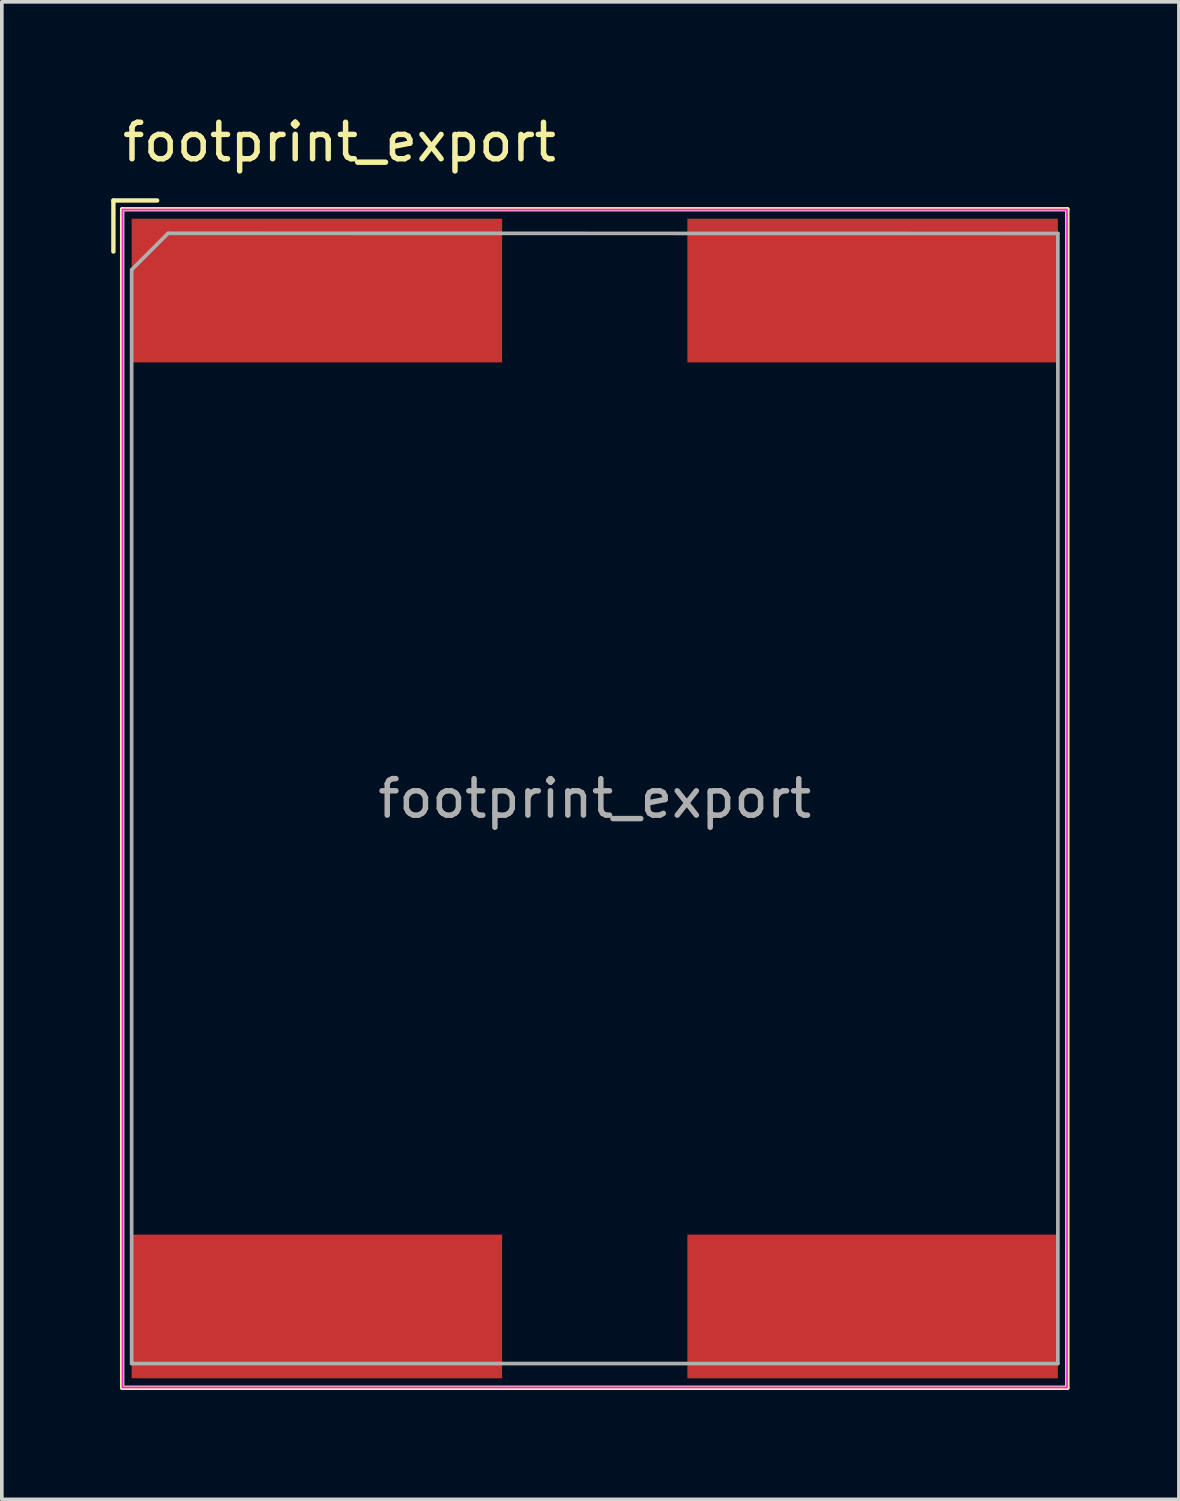
<source format=kicad_pcb>
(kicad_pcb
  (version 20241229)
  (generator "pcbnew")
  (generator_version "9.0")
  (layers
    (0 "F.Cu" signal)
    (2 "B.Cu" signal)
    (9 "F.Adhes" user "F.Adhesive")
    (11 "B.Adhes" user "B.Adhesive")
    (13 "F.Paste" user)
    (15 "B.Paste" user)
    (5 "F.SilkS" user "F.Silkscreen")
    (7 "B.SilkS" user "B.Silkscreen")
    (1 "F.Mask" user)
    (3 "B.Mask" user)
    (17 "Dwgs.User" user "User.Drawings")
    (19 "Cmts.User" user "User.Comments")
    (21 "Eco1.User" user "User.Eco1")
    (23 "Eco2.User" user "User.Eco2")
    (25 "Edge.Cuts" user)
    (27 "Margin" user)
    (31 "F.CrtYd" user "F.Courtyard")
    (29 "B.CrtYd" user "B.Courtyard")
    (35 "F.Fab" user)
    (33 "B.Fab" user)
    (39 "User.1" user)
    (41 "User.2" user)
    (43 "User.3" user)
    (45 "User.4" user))
  (footprint "footprint_export"
    (layer "F.Cu")
    (at 13.26 18.848)
    (property "Reference" "footprint_export" (at -7 -18 0) (unlocked yes) (layer "F.SilkS") (effects (font (size 1 1) (thickness 0.15))))
    (attr smd)
    (fp_line (start -13.2 -16.4) (end -12 -16.4) (stroke (width 0.12) (type solid)) (layer "F.SilkS"))
    (fp_line (start -13.2 -15) (end -13.2 -16.4) (stroke (width 0.12) (type solid)) (layer "F.SilkS"))
    (fp_line (start -12.96 -16.16) (end 12.96 -16.16) (stroke (width 0.12) (type solid)) (layer "F.SilkS"))
    (fp_line (start -12.96 16.16) (end -12.96 -16.16) (stroke (width 0.12) (type solid)) (layer "F.SilkS"))
    (fp_line (start 12.96 -16.16) (end 12.96 16.16) (stroke (width 0.12) (type solid)) (layer "F.SilkS"))
    (fp_line (start 12.96 16.16) (end -12.96 16.16) (stroke (width 0.12) (type solid)) (layer "F.SilkS"))
    (fp_rect (start -12.95 -16.15) (end 12.95 16.15) (stroke (width 0.05) (type solid)) (fill no) (layer "F.CrtYd"))
    (fp_line (start -12.7 -14.5) (end -11.7 -15.5) (stroke (width 0.1) (type solid)) (layer "F.Fab"))
    (fp_line (start -12.7 15.495) (end -12.7 -14.5) (stroke (width 0.1) (type solid)) (layer "F.Fab"))
    (fp_line (start -11.7 -15.5) (end 12.7 -15.495) (stroke (width 0.1) (type solid)) (layer "F.Fab"))
    (fp_line (start 12.7 -15.495) (end 12.7 15.495) (stroke (width 0.1) (type solid)) (layer "F.Fab"))
    (fp_line (start 12.7 15.495) (end -12.7 15.495) (stroke (width 0.1) (type solid)) (layer "F.Fab"))
    (fp_text user "${REFERENCE}" (at 0 0 0) (unlocked yes) (layer "F.Fab") (effects (font (size 1 1) (thickness 0.15))))
    (pad "1" smd rect (at -7.62 -13.93) (size 10.16 3.94) (layers "F.Cu" "F.Mask" "F.Paste"))
    (pad "2" smd rect (at 7.62 -13.93) (size 10.16 3.94) (layers "F.Cu" "F.Mask" "F.Paste"))
    (pad "3" smd rect (at 7.62 13.93) (size 10.16 3.94) (layers "F.Cu" "F.Mask" "F.Paste"))
    (pad "4" smd rect (at -7.62 13.93) (size 10.16 3.94) (layers "F.Cu" "F.Mask" "F.Paste")))
  (gr_rect
    (start -3 -3)
    (end 29.28 38.068)
    (stroke (width 0.1) (type default))
    (fill no)
    (layer "Edge.Cuts")))
</source>
